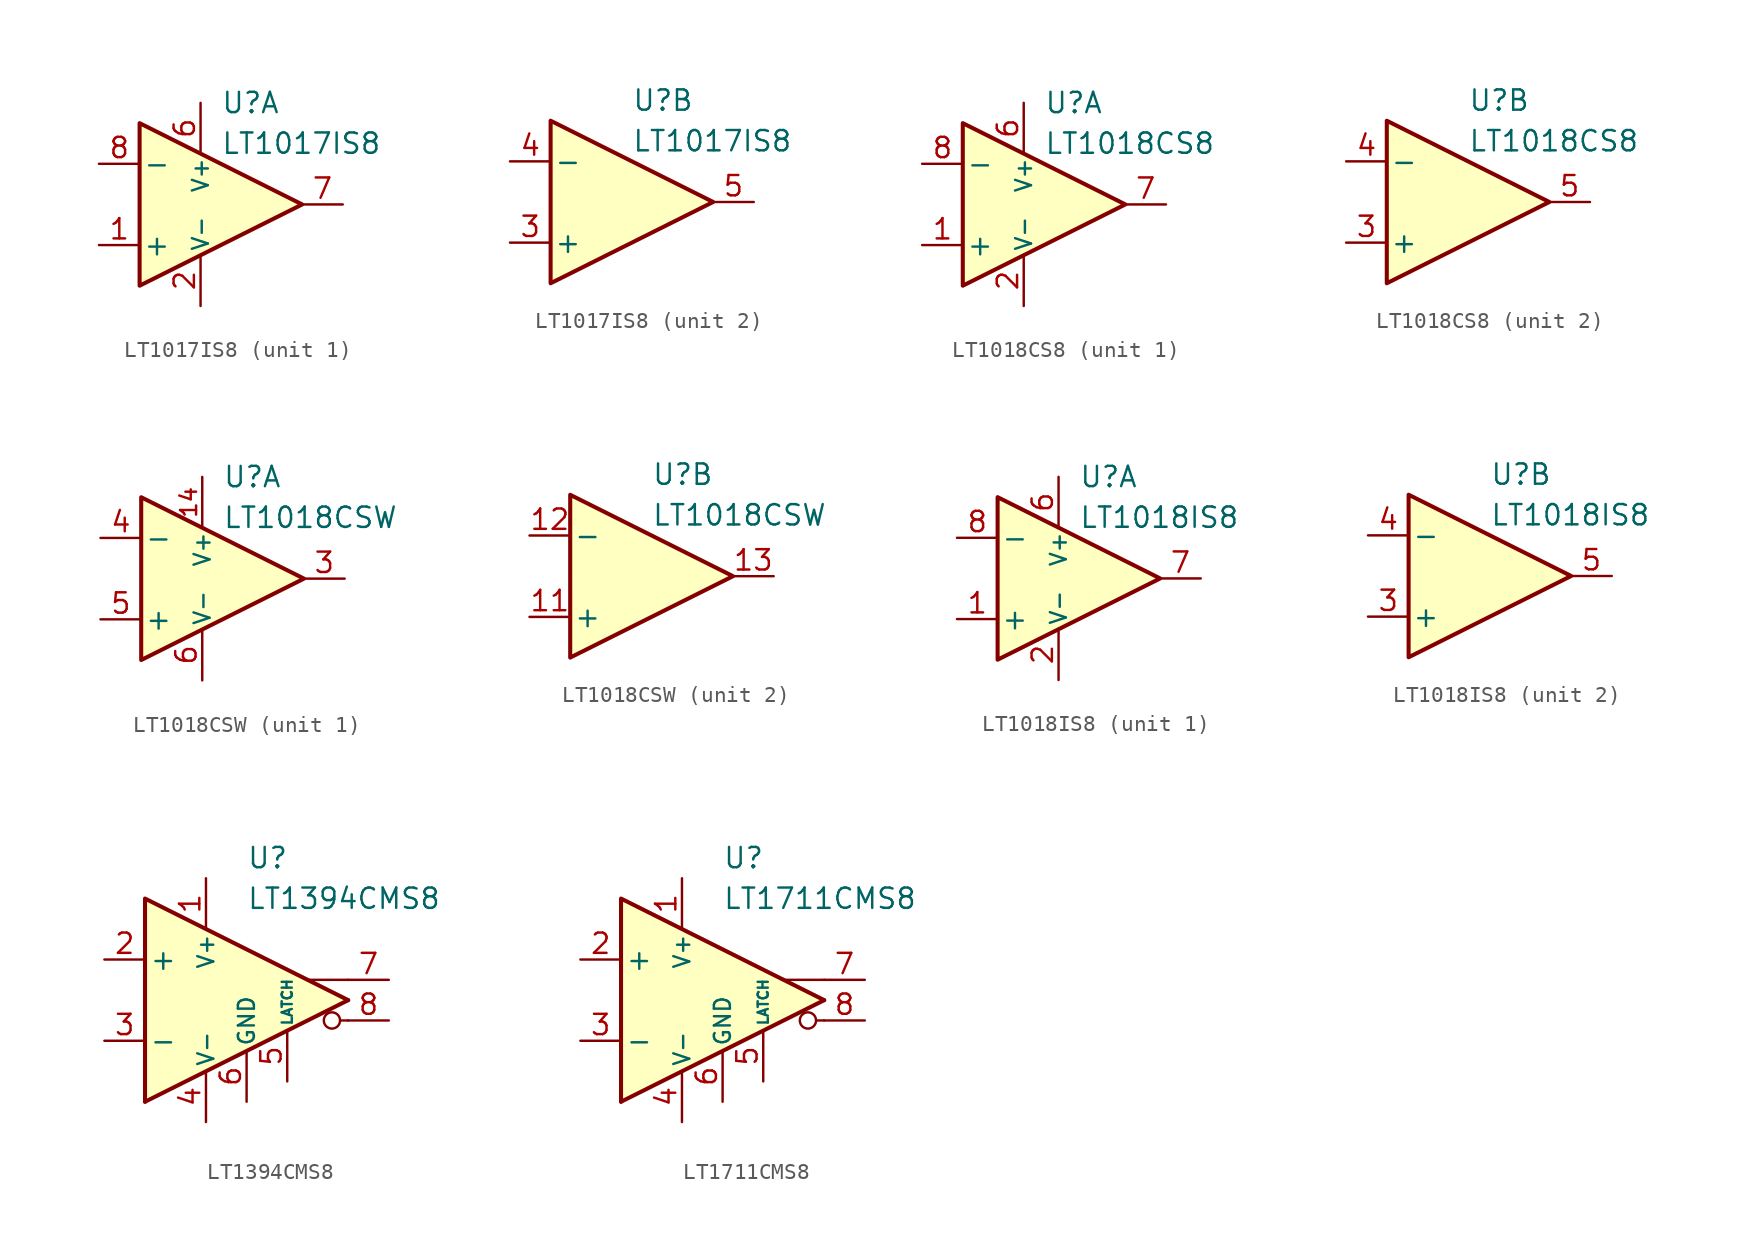
<source format=kicad_sym>
(kicad_symbol_lib
  (version 20231120)
  (generator "kicad_symbol_editor")
  (generator_version "8.0")
  (symbol "LT1017IS8"
    (pin_names
      (offset 0.2))
    (property "Reference" "U"
      (at 1.27 6.35 0)
      (effects (font (size 1.27 1.27)) (justify left)))
    (property "Value" "LT1017IS8"
      (at 1.27 3.81 0)
      (effects (font (size 1.27 1.27)) (justify left)))
    (property "ki_locked" ""
      (at 0 0 0)
      (effects (font (size 1.27 1.27))))
    (symbol "LT1017IS8_0_1"
      (polyline (pts (xy -3.81 5.08) (xy -3.81 -5.08) (xy 6.35 0) (xy -3.81 5.08)) (stroke (width 0.254) (type default)) (fill (type background))))
    (symbol "LT1017IS8_1_1"
      (pin input line (at -6.35 -2.54 0) (length 2.54) (name "+" (effects (font (size 1.27 1.27)))) (number "1" (effects (font (size 1.27 1.27)))))
      (pin power_in line (at 0 -6.35 90) (length 3.18) (name "V-" (effects (font (size 1 1)))) (number "2" (effects (font (size 1.27 1.27)))))
      (pin power_in line (at 0 6.35 270) (length 3.18) (name "V+" (effects (font (size 1 1)))) (number "6" (effects (font (size 1.27 1.27)))))
      (pin output line (at 8.89 0 180) (length 2.54) (name "~" (effects (font (size 1.27 1.27)))) (number "7" (effects (font (size 1.27 1.27)))))
      (pin input line (at -6.35 2.54 0) (length 2.54) (name "-" (effects (font (size 1.27 1.27)))) (number "8" (effects (font (size 1.27 1.27))))))
    (symbol "LT1017IS8_2_1"
      (pin input line (at -6.35 -2.54 0) (length 2.54) (name "+" (effects (font (size 1.27 1.27)))) (number "3" (effects (font (size 1.27 1.27)))))
      (pin input line (at -6.35 2.54 0) (length 2.54) (name "-" (effects (font (size 1.27 1.27)))) (number "4" (effects (font (size 1.27 1.27)))))
      (pin output line (at 8.89 0 180) (length 2.54) (name "~" (effects (font (size 1.27 1.27)))) (number "5" (effects (font (size 1.27 1.27)))))))
  (symbol "LT1018CS8"
    (pin_names
      (offset 0.2))
    (property "Reference" "U"
      (at 1.27 6.35 0)
      (effects (font (size 1.27 1.27)) (justify left)))
    (property "Value" "LT1018CS8"
      (at 1.27 3.81 0)
      (effects (font (size 1.27 1.27)) (justify left)))
    (property "ki_locked" ""
      (at 0 0 0)
      (effects (font (size 1.27 1.27))))
    (symbol "LT1018CS8_0_1"
      (polyline (pts (xy -3.81 5.08) (xy -3.81 -5.08) (xy 6.35 0) (xy -3.81 5.08)) (stroke (width 0.254) (type default)) (fill (type background))))
    (symbol "LT1018CS8_1_1"
      (pin input line (at -6.35 -2.54 0) (length 2.54) (name "+" (effects (font (size 1.27 1.27)))) (number "1" (effects (font (size 1.27 1.27)))))
      (pin power_in line (at 0 -6.35 90) (length 3.18) (name "V-" (effects (font (size 1 1)))) (number "2" (effects (font (size 1.27 1.27)))))
      (pin power_in line (at 0 6.35 270) (length 3.18) (name "V+" (effects (font (size 1 1)))) (number "6" (effects (font (size 1.27 1.27)))))
      (pin output line (at 8.89 0 180) (length 2.54) (name "~" (effects (font (size 1.27 1.27)))) (number "7" (effects (font (size 1.27 1.27)))))
      (pin input line (at -6.35 2.54 0) (length 2.54) (name "-" (effects (font (size 1.27 1.27)))) (number "8" (effects (font (size 1.27 1.27))))))
    (symbol "LT1018CS8_2_1"
      (pin input line (at -6.35 -2.54 0) (length 2.54) (name "+" (effects (font (size 1.27 1.27)))) (number "3" (effects (font (size 1.27 1.27)))))
      (pin input line (at -6.35 2.54 0) (length 2.54) (name "-" (effects (font (size 1.27 1.27)))) (number "4" (effects (font (size 1.27 1.27)))))
      (pin output line (at 8.89 0 180) (length 2.54) (name "~" (effects (font (size 1.27 1.27)))) (number "5" (effects (font (size 1.27 1.27)))))))
  (symbol "LT1018CSW"
    (pin_names
      (offset 0.2))
    (property "Reference" "U"
      (at 1.27 6.35 0)
      (effects (font (size 1.27 1.27)) (justify left)))
    (property "Value" "LT1018CSW"
      (at 1.27 3.81 0)
      (effects (font (size 1.27 1.27)) (justify left)))
    (property "ki_locked" ""
      (at 0 0 0)
      (effects (font (size 1.27 1.27))))
    (symbol "LT1018CSW_0_1"
      (polyline (pts (xy -3.81 5.08) (xy -3.81 -5.08) (xy 6.35 0) (xy -3.81 5.08)) (stroke (width 0.254) (type default)) (fill (type background))))
    (symbol "LT1018CSW_1_1"
      (pin free line (at -1.27 1.27 270) (length 2.54) hide (name "NC" (effects (font (size 1.27 1.27)))) (number "1" (effects (font (size 1.27 1.27)))))
      (pin power_in line (at 0 6.35 270) (length 3.18) (name "V+" (effects (font (size 1 1)))) (number "14" (effects (font (size 1 1)))))
      (pin free line (at -1.27 -3.81 90) (length 2.54) hide (name "NC" (effects (font (size 1.27 1.27)))) (number "2" (effects (font (size 1.27 1.27)))))
      (pin output line (at 8.89 0 180) (length 2.54) (name "~" (effects (font (size 1.27 1.27)))) (number "3" (effects (font (size 1.27 1.27)))))
      (pin input line (at -6.35 2.54 0) (length 2.54) (name "-" (effects (font (size 1.27 1.27)))) (number "4" (effects (font (size 1.27 1.27)))))
      (pin input line (at -6.35 -2.54 0) (length 2.54) (name "+" (effects (font (size 1.27 1.27)))) (number "5" (effects (font (size 1.27 1.27)))))
      (pin power_in line (at 0 -6.35 90) (length 3.18) (name "V-" (effects (font (size 1 1)))) (number "6" (effects (font (size 1.27 1.27)))))
      (pin free line (at 1.27 1.27 270) (length 2.54) hide (name "NC" (effects (font (size 1.27 1.27)))) (number "7" (effects (font (size 1.27 1.27)))))
      (pin free line (at 1.27 -3.81 90) (length 2.54) hide (name "NC" (effects (font (size 1.27 1.27)))) (number "8" (effects (font (size 1.27 1.27))))))
    (symbol "LT1018CSW_2_1"
      (pin free line (at -1.27 -2.54 90) (length 2.54) hide (name "NC" (effects (font (size 1.27 1.27)))) (number "10" (effects (font (size 1.27 1.27)))))
      (pin input line (at -6.35 -2.54 0) (length 2.54) (name "+" (effects (font (size 1.27 1.27)))) (number "11" (effects (font (size 1.27 1.27)))))
      (pin input line (at -6.35 2.54 0) (length 2.54) (name "-" (effects (font (size 1.27 1.27)))) (number "12" (effects (font (size 1.27 1.27)))))
      (pin output line (at 8.89 0 180) (length 2.54) (name "~" (effects (font (size 1.27 1.27)))) (number "13" (effects (font (size 1.27 1.27)))))
      (pin free line (at 1.27 2.54 270) (length 2.54) hide (name "NC" (effects (font (size 1.27 1.27)))) (number "15" (effects (font (size 1.27 1.27)))))
      (pin free line (at 1.27 -2.54 90) (length 2.54) hide (name "NC" (effects (font (size 1.27 1.27)))) (number "16" (effects (font (size 1.27 1.27)))))
      (pin free line (at -1.27 2.54 270) (length 2.54) hide (name "NC" (effects (font (size 1.27 1.27)))) (number "9" (effects (font (size 1.27 1.27)))))))
  (symbol "LT1018IS8"
    (pin_names
      (offset 0.2))
    (property "Reference" "U"
      (at 1.27 6.35 0)
      (effects (font (size 1.27 1.27)) (justify left)))
    (property "Value" "LT1018IS8"
      (at 1.27 3.81 0)
      (effects (font (size 1.27 1.27)) (justify left)))
    (property "ki_locked" ""
      (at 0 0 0)
      (effects (font (size 1.27 1.27))))
    (symbol "LT1018IS8_0_1"
      (polyline (pts (xy -3.81 5.08) (xy -3.81 -5.08) (xy 6.35 0) (xy -3.81 5.08)) (stroke (width 0.254) (type default)) (fill (type background))))
    (symbol "LT1018IS8_1_1"
      (pin input line (at -6.35 -2.54 0) (length 2.54) (name "+" (effects (font (size 1.27 1.27)))) (number "1" (effects (font (size 1.27 1.27)))))
      (pin power_in line (at 0 -6.35 90) (length 3.18) (name "V-" (effects (font (size 1 1)))) (number "2" (effects (font (size 1.27 1.27)))))
      (pin power_in line (at 0 6.35 270) (length 3.18) (name "V+" (effects (font (size 1 1)))) (number "6" (effects (font (size 1.27 1.27)))))
      (pin output line (at 8.89 0 180) (length 2.54) (name "~" (effects (font (size 1.27 1.27)))) (number "7" (effects (font (size 1.27 1.27)))))
      (pin input line (at -6.35 2.54 0) (length 2.54) (name "-" (effects (font (size 1.27 1.27)))) (number "8" (effects (font (size 1.27 1.27))))))
    (symbol "LT1018IS8_2_1"
      (pin input line (at -6.35 -2.54 0) (length 2.54) (name "+" (effects (font (size 1.27 1.27)))) (number "3" (effects (font (size 1.27 1.27)))))
      (pin input line (at -6.35 2.54 0) (length 2.54) (name "-" (effects (font (size 1.27 1.27)))) (number "4" (effects (font (size 1.27 1.27)))))
      (pin output line (at 8.89 0 180) (length 2.54) (name "~" (effects (font (size 1.27 1.27)))) (number "5" (effects (font (size 1.27 1.27)))))))
  (symbol "LT1394CMS8"
    (pin_names
      (offset 0.254))
    (property "Reference" "U"
      (at 0 8.89 0)
      (effects (font (size 1.27 1.27)) (justify left)))
    (property "Value" "LT1394CMS8"
      (at 0 6.35 0)
      (effects (font (size 1.27 1.27)) (justify left)))
    (symbol "LT1394CMS8_0_0"
      (polyline (pts (xy 6.35 -1.27) (xy 5.842 -1.27)) (stroke (width 0.152) (type default)) (fill (type none)))
      (polyline (pts (xy 6.35 0) (xy -6.35 -6.35)) (stroke (width 0.254) (type default)) (fill (type none)))
      (polyline (pts (xy 6.35 1.27) (xy 3.81 1.27)) (stroke (width 0.152) (type default)) (fill (type none)))
      (polyline (pts (xy 6.35 0) (xy -6.35 6.35) (xy -6.35 -6.35)) (stroke (width 0.254) (type default)) (fill (type background)))
      (circle (center 5.334 -1.27) (radius 0.508) (stroke (width 0.152) (type default)) (fill (type none))))
    (symbol "LT1394CMS8_1_1"
      (pin power_in line (at -2.54 7.62 270) (length 3.18) (name "V+" (effects (font (size 1 1)))) (number "1" (effects (font (size 1.27 1.27)))))
      (pin input line (at -8.89 2.54 0) (length 2.54) (name "+" (effects (font (size 1.27 1.27)))) (number "2" (effects (font (size 1.27 1.27)))))
      (pin input line (at -8.89 -2.54 0) (length 2.54) (name "-" (effects (font (size 1.27 1.27)))) (number "3" (effects (font (size 1.27 1.27)))))
      (pin power_in line (at -2.54 -7.62 90) (length 3.18) (name "V-" (effects (font (size 1 1)))) (number "4" (effects (font (size 1.27 1.27)))))
      (pin input line (at 2.54 -5.08 90) (length 3.18) (name "LATCH" (effects (font (size 0.635 0.635)))) (number "5" (effects (font (size 1.27 1.27)))))
      (pin power_in line (at 0 -6.35 90) (length 3.18) (name "GND" (effects (font (size 1 1)))) (number "6" (effects (font (size 1.27 1.27)))))
      (pin output line (at 8.89 1.27 180) (length 2.54) (name "~" (effects (font (size 1.27 1.27)))) (number "7" (effects (font (size 1.27 1.27)))))
      (pin output line (at 8.89 -1.27 180) (length 2.54) (name "~" (effects (font (size 1.27 1.27)))) (number "8" (effects (font (size 1.27 1.27)))))))
  (symbol "LT1711CMS8"
    (pin_names
      (offset 0.254))
    (property "Reference" "U"
      (at 0 8.89 0)
      (effects (font (size 1.27 1.27)) (justify left)))
    (property "Value" "LT1711CMS8"
      (at 0 6.35 0)
      (effects (font (size 1.27 1.27)) (justify left)))
    (symbol "LT1711CMS8_0_0"
      (polyline (pts (xy 6.35 -1.27) (xy 5.842 -1.27)) (stroke (width 0.152) (type default)) (fill (type none)))
      (polyline (pts (xy 6.35 0) (xy -6.35 -6.35)) (stroke (width 0.254) (type default)) (fill (type none)))
      (polyline (pts (xy 6.35 1.27) (xy 3.81 1.27)) (stroke (width 0.152) (type default)) (fill (type none)))
      (polyline (pts (xy 6.35 0) (xy -6.35 6.35) (xy -6.35 -6.35)) (stroke (width 0.254) (type default)) (fill (type background)))
      (circle (center 5.334 -1.27) (radius 0.508) (stroke (width 0.152) (type default)) (fill (type none))))
    (symbol "LT1711CMS8_1_1"
      (pin power_in line (at -2.54 7.62 270) (length 3.18) (name "V+" (effects (font (size 1 1)))) (number "1" (effects (font (size 1.27 1.27)))))
      (pin input line (at -8.89 2.54 0) (length 2.54) (name "+" (effects (font (size 1.27 1.27)))) (number "2" (effects (font (size 1.27 1.27)))))
      (pin input line (at -8.89 -2.54 0) (length 2.54) (name "-" (effects (font (size 1.27 1.27)))) (number "3" (effects (font (size 1.27 1.27)))))
      (pin power_in line (at -2.54 -7.62 90) (length 3.18) (name "V-" (effects (font (size 1 1)))) (number "4" (effects (font (size 1.27 1.27)))))
      (pin input line (at 2.54 -5.08 90) (length 3.18) (name "LATCH" (effects (font (size 0.635 0.635)))) (number "5" (effects (font (size 1.27 1.27)))))
      (pin power_in line (at 0 -6.35 90) (length 3.18) (name "GND" (effects (font (size 1 1)))) (number "6" (effects (font (size 1.27 1.27)))))
      (pin output line (at 8.89 1.27 180) (length 2.54) (name "~" (effects (font (size 1.27 1.27)))) (number "7" (effects (font (size 1.27 1.27)))))
      (pin output line (at 8.89 -1.27 180) (length 2.54) (name "~" (effects (font (size 1.27 1.27)))) (number "8" (effects (font (size 1.27 1.27))))))))
</source>
